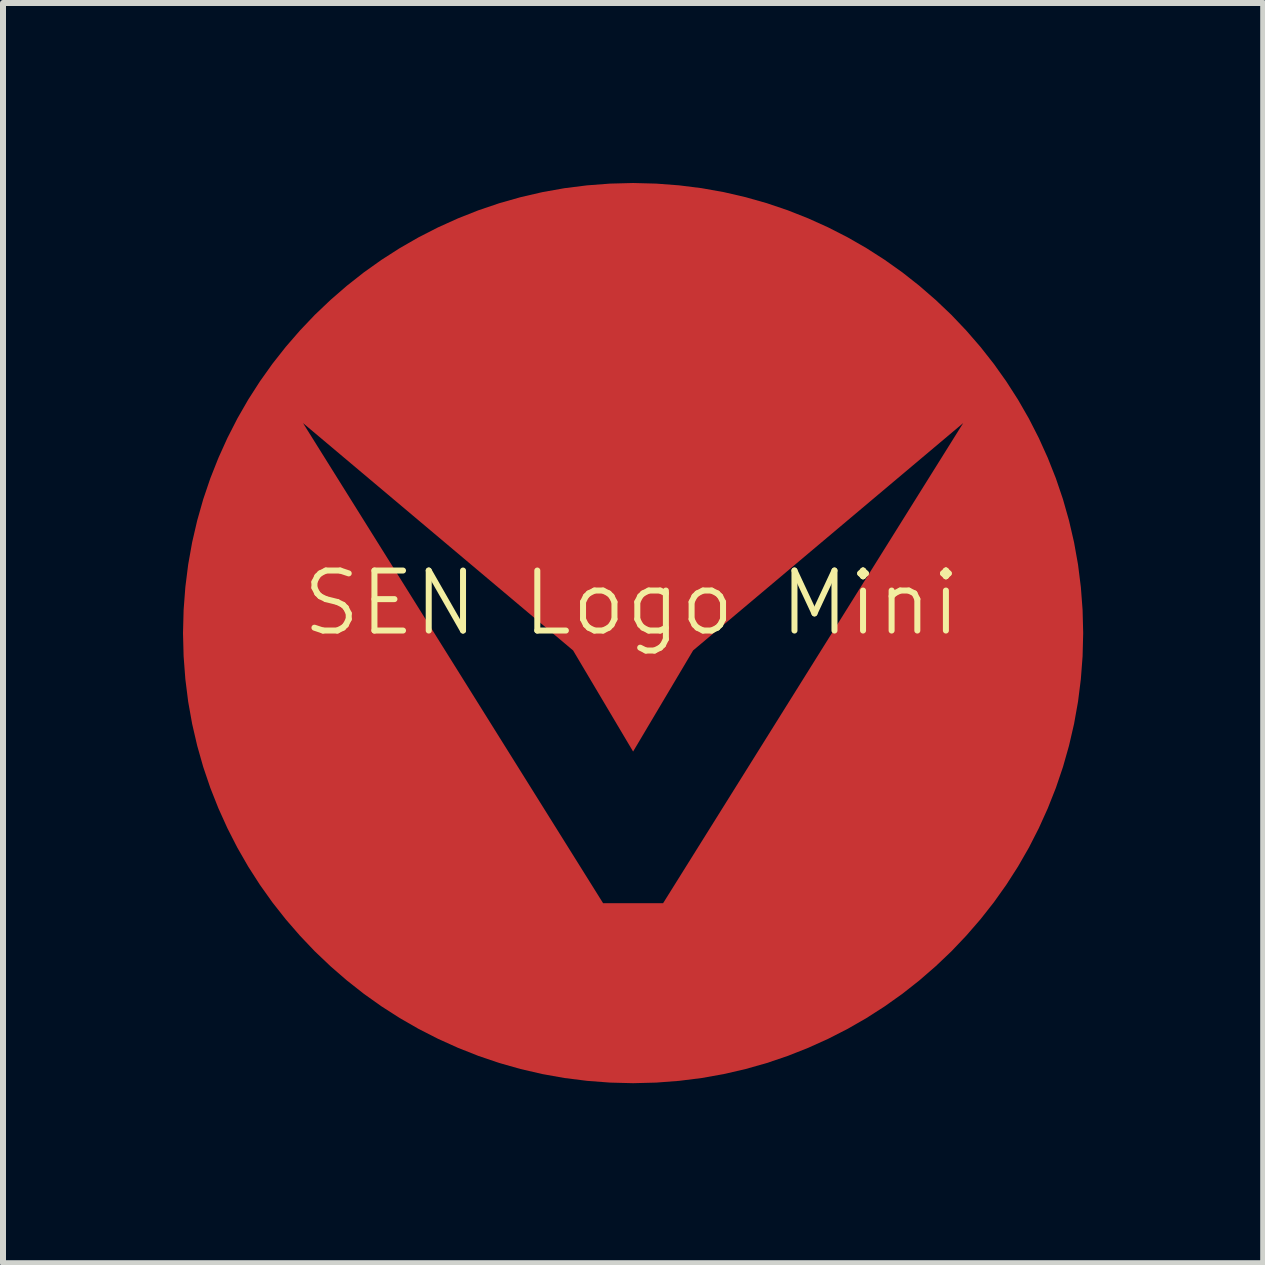
<source format=kicad_pcb>
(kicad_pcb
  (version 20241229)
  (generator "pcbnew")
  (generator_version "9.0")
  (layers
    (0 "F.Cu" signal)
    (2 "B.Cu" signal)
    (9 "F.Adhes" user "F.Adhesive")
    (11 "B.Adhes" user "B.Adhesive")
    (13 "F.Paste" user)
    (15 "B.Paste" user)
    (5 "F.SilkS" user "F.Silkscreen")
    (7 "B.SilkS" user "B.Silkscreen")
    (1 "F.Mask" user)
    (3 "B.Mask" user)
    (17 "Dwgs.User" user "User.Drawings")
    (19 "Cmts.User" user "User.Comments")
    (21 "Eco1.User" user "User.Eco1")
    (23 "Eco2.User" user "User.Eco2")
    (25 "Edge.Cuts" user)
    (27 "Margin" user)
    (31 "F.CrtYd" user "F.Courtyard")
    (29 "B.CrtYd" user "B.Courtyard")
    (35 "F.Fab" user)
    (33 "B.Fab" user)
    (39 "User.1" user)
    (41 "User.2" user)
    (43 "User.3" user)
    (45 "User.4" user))
  (footprint "SEN Logo Mini"
    (layer "F.Cu")
    (at 7.476 7.501)
    (property "Reference" "SEN Logo Mini" (at 0 -0.5 0) (unlocked yes) (layer "F.SilkS") (effects (font (size 1 1) (thickness 0.1))))
    (attr smd)
    (pad "3" smd custom (at -0.025 -2.875) (size 1.524 1.524) (layers "F.Cu" "F.Mask" "F.Paste") (options (anchor circle)) (primitives (gr_poly (pts (xy -1.143 -0.381) (xy -1.127 -0.49) (xy -1.072 -0.602) (xy -0.983 -0.691) (xy -0.871 -0.746) (xy -0.762 -0.762) (xy 0.762 -0.762) (xy 0.871 -0.746) (xy 0.983 -0.691) (xy 1.072 -0.602) (xy 1.127 -0.49) (xy 1.143 -0.381) (xy 1.143 0.381) (xy 1.127 0.49) (xy 1.072 0.602) (xy 0.983 0.691) (xy 0.871 0.746) (xy 0.762 0.762) (xy -0.762 0.762) (xy -0.871 0.746) (xy -0.983 0.691) (xy -1.072 0.602) (xy -1.127 0.49) (xy -1.143 0.381)) (width 0) (fill yes)) (gr_poly (pts (xy 0.436 -4.616) (xy 0.817 -4.587) (xy 1.192 -4.54) (xy 1.562 -4.474) (xy 1.925 -4.39) (xy 2.281 -4.289) (xy 2.629 -4.171) (xy 2.97 -4.036) (xy 3.302 -3.886) (xy 3.625 -3.721) (xy 3.94 -3.54) (xy 4.244 -3.345) (xy 4.538 -3.136) (xy 4.821 -2.913) (xy 5.093 -2.677) (xy 5.354 -2.429) (xy 5.602 -2.168) (xy 5.838 -1.896) (xy 6.061 -1.613) (xy 6.27 -1.319) (xy 6.465 -1.015) (xy 6.646 -0.7) (xy 6.811 -0.377) (xy 6.961 -0.045) (xy 7.096 0.296) (xy 7.214 0.644) (xy 7.315 1) (xy 7.399 1.363) (xy 7.465 1.733) (xy 7.512 2.108) (xy 7.541 2.489) (xy 7.551 2.875) (xy 7.541 3.261) (xy 7.512 3.642) (xy 7.465 4.017) (xy 7.399 4.387) (xy 7.315 4.75) (xy 7.214 5.106) (xy 7.096 5.454) (xy 6.961 5.795) (xy 6.811 6.127) (xy 6.646 6.45) (xy 6.465 6.765) (xy 6.27 7.069) (xy 6.061 7.363) (xy 5.838 7.646) (xy 5.602 7.918) (xy 5.354 8.179) (xy 5.093 8.427) (xy 4.821 8.663) (xy 4.538 8.886) (xy 4.244 9.095) (xy 3.94 9.29) (xy 3.625 9.471) (xy 3.302 9.636) (xy 2.97 9.786) (xy 2.629 9.921) (xy 2.281 10.039) (xy 1.925 10.14) (xy 1.562 10.224) (xy 1.192 10.29) (xy 0.817 10.337) (xy 0.436 10.366) (xy 0.05 10.376) (xy -0.336 10.366) (xy -0.717 10.337) (xy -1.092 10.29) (xy -1.462 10.224) (xy -1.825 10.14) (xy -2.181 10.039) (xy -2.529 9.921) (xy -2.87 9.786) (xy -3.202 9.636) (xy -3.525 9.471) (xy -3.84 9.29) (xy -4.144 9.095) (xy -4.438 8.886) (xy -4.721 8.663) (xy -4.993 8.427) (xy -5.254 8.179) (xy -5.502 7.918) (xy -5.738 7.646) (xy -5.961 7.363) (xy -6.17 7.069) (xy -6.365 6.765) (xy -6.546 6.45) (xy -6.711 6.127) (xy -6.861 5.795) (xy -6.996 5.454) (xy -7.114 5.106) (xy -7.215 4.75) (xy -7.299 4.387) (xy -7.365 4.017) (xy -7.412 3.642) (xy -7.441 3.261) (xy -7.451 2.875) (xy -7.441 2.489) (xy -7.412 2.108) (xy -7.365 1.733) (xy -7.299 1.363) (xy -7.215 1) (xy -7.114 0.644) (xy -6.996 0.296) (xy -6.861 -0.045) (xy -6.711 -0.377) (xy -6.584 -0.625) (xy -5.451 -0.625) (xy -0.45 7.376) (xy 0.55 7.376) (xy 5.551 -0.625) (xy 1.05 3.164) (xy 0.05 4.849) (xy -0.95 3.164) (xy -5.451 -0.625) (xy -6.584 -0.625) (xy -6.546 -0.7) (xy -6.365 -1.015) (xy -6.17 -1.319) (xy -5.961 -1.613) (xy -5.738 -1.896) (xy -5.502 -2.168) (xy -5.254 -2.429) (xy -4.993 -2.677) (xy -4.721 -2.913) (xy -4.438 -3.136) (xy -4.144 -3.345) (xy -3.84 -3.54) (xy -3.525 -3.721) (xy -3.202 -3.886) (xy -2.87 -4.036) (xy -2.529 -4.171) (xy -2.181 -4.289) (xy -1.825 -4.39) (xy -1.462 -4.474) (xy -1.092 -4.54) (xy -0.717 -4.587) (xy -0.336 -4.616) (xy 0.05 -4.626)) (width 0) (fill yes)))))
  (gr_rect
    (start -3 -3)
    (end 18.002 18.002)
    (stroke (width 0.1) (type default))
    (fill no)
    (layer "Edge.Cuts")))
</source>
